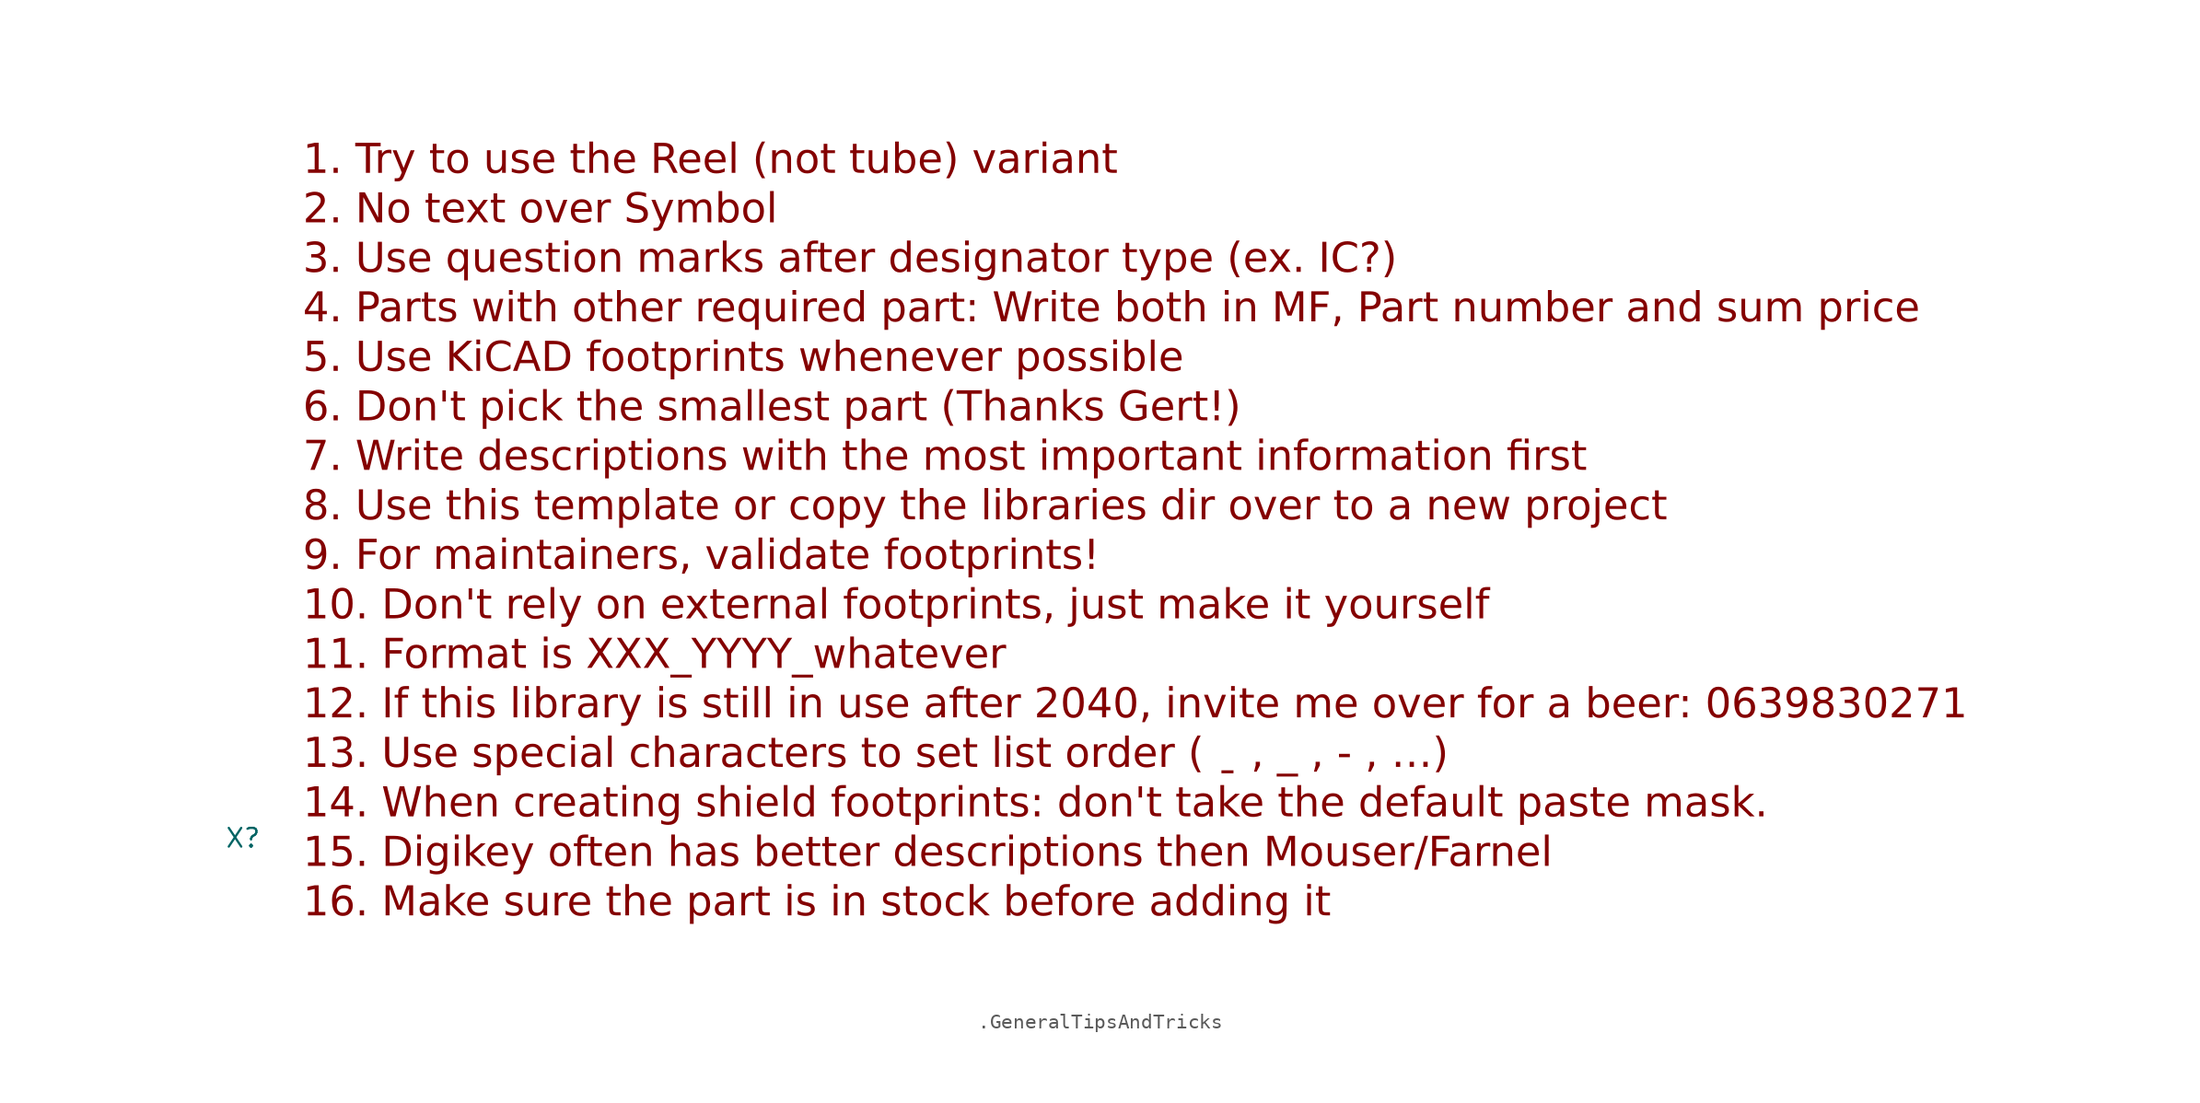
<source format=kicad_sym>
(kicad_symbol_lib
  (version 20231120)
  (generator "kicad_symbol_editor")
  (generator_version "8.0")
  (symbol ".GeneralTipsAndTricks"
    (pin_numbers hide)
    (pin_names
      (offset 0) hide)
    (property "Reference" "X"
      (at -4.064 5.842 0)
      (effects (font (size 1.27 1.27))))
    (property "Value" ""
      (at 0 0 0)
      (effects (font (size 1.27 1.27))))
    (symbol ".GeneralTipsAndTricks_1_1"
      (text "1. Try to use the Reel (not tube) variant\n2. No text over Symbol\n3. Use question marks after designator type (ex. IC?)\n4. Parts with other required part: Write both in MF, Part number and sum price\n5. Use KiCAD footprints whenever possible\n6. Don't pick the smallest part (Thanks Gert!)\n7. Write descriptions with the most important information first\n8. Use this template or copy the libraries dir over to a new project\n9. For maintainers, validate footprints!\n10. Don't rely on external footprints, just make it yourself\n11. Format is XXX_YYYY_whatever\n12. If this library is still in use after 2040, invite me over for a beer: 0639830271\n13. Use special characters to set list order ( ˍ , _ , - , …)\n14. When creating shield footprints: don't take the default paste mask.\n15. Digikey often has better descriptions then Mouser/Farnel\n16. Make sure the part is in stock before adding it" (at 0 0.254 0) (effects (font (face "Arial") (size 2 2)) (justify left bottom))))))
</source>
